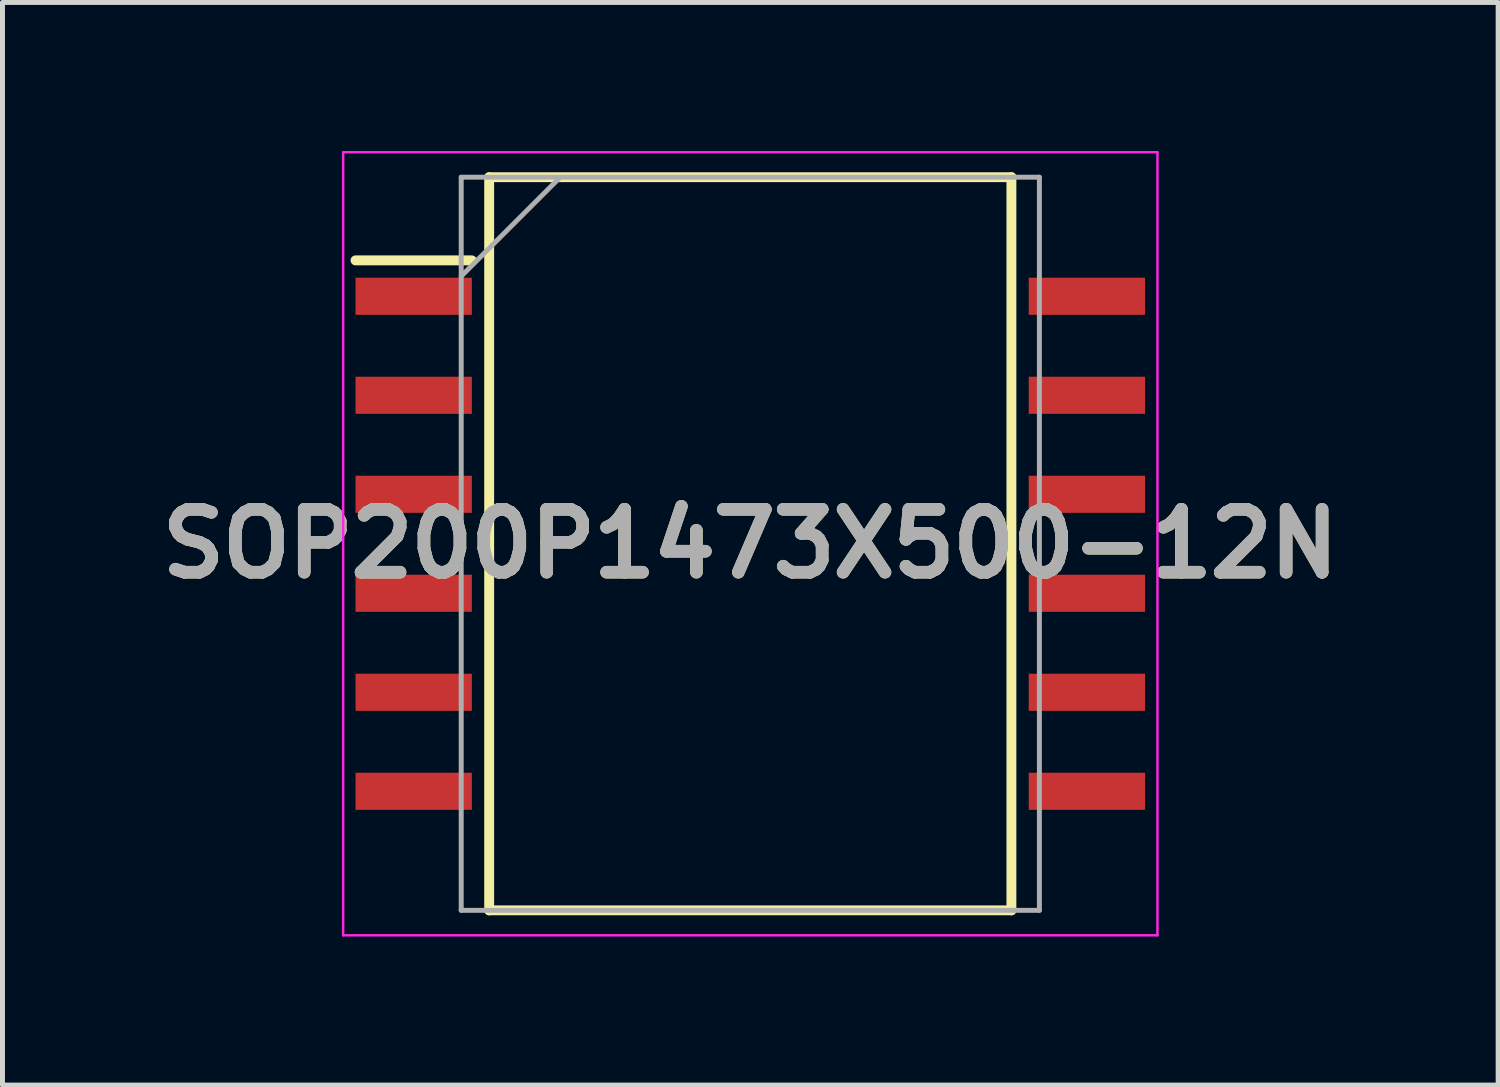
<source format=kicad_pcb>
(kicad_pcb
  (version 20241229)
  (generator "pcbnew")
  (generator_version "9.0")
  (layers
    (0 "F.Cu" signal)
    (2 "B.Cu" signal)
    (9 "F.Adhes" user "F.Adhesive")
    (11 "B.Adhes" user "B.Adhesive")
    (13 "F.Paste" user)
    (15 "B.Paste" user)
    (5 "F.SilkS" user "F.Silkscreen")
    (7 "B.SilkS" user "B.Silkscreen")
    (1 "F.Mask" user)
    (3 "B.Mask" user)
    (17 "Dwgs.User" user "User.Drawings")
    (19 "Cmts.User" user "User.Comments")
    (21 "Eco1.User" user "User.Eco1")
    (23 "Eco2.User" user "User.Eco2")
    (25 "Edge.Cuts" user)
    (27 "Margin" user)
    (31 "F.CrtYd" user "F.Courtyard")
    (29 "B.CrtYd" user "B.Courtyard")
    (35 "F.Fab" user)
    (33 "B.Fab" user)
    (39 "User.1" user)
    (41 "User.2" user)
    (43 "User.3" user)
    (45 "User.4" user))
  (footprint "SOP200P1473X500-12N"
    (layer "F.Cu")
    (at 12.107 7.935)
    (property "Reference" "SOP200P1473X500-12N" (at 0 0 0) (layer "F.SilkS") (effects (font (size 1.27 1.27) (thickness 0.254))))
    (attr smd)
    (fp_line (start -7.975 -5.725) (end -5.625 -5.725) (stroke (width 0.2) (type solid)) (layer "F.SilkS"))
    (fp_line (start -5.275 -7.405) (end 5.275 -7.405) (stroke (width 0.2) (type solid)) (layer "F.SilkS"))
    (fp_line (start -5.275 7.405) (end -5.275 -7.405) (stroke (width 0.2) (type solid)) (layer "F.SilkS"))
    (fp_line (start 5.275 -7.405) (end 5.275 7.405) (stroke (width 0.2) (type solid)) (layer "F.SilkS"))
    (fp_line (start 5.275 7.405) (end -5.275 7.405) (stroke (width 0.2) (type solid)) (layer "F.SilkS"))
    (fp_line (start -8.225 -7.91) (end 8.225 -7.91) (stroke (width 0.05) (type solid)) (layer "F.CrtYd"))
    (fp_line (start -8.225 7.91) (end -8.225 -7.91) (stroke (width 0.05) (type solid)) (layer "F.CrtYd"))
    (fp_line (start 8.225 -7.91) (end 8.225 7.91) (stroke (width 0.05) (type solid)) (layer "F.CrtYd"))
    (fp_line (start 8.225 7.91) (end -8.225 7.91) (stroke (width 0.05) (type solid)) (layer "F.CrtYd"))
    (fp_line (start -5.84 -7.405) (end 5.84 -7.405) (stroke (width 0.1) (type solid)) (layer "F.Fab"))
    (fp_line (start -5.84 -5.405) (end -3.84 -7.405) (stroke (width 0.1) (type solid)) (layer "F.Fab"))
    (fp_line (start -5.84 7.405) (end -5.84 -7.405) (stroke (width 0.1) (type solid)) (layer "F.Fab"))
    (fp_line (start 5.84 -7.405) (end 5.84 7.405) (stroke (width 0.1) (type solid)) (layer "F.Fab"))
    (fp_line (start 5.84 7.405) (end -5.84 7.405) (stroke (width 0.1) (type solid)) (layer "F.Fab"))
    (fp_text user "${REFERENCE}" (at 0 0 0) (layer "F.Fab") (effects (font (size 1.27 1.27) (thickness 0.254))))
    (pad "1" smd rect (at -6.8 -5 90) (size 0.75 2.35) (layers "F.Cu" "F.Mask" "F.Paste"))
    (pad "2" smd rect (at -6.8 -3 90) (size 0.75 2.35) (layers "F.Cu" "F.Mask" "F.Paste"))
    (pad "3" smd rect (at -6.8 -1 90) (size 0.75 2.35) (layers "F.Cu" "F.Mask" "F.Paste"))
    (pad "4" smd rect (at -6.8 1 90) (size 0.75 2.35) (layers "F.Cu" "F.Mask" "F.Paste"))
    (pad "5" smd rect (at -6.8 3 90) (size 0.75 2.35) (layers "F.Cu" "F.Mask" "F.Paste"))
    (pad "6" smd rect (at -6.8 5 90) (size 0.75 2.35) (layers "F.Cu" "F.Mask" "F.Paste"))
    (pad "7" smd rect (at 6.8 5 90) (size 0.75 2.35) (layers "F.Cu" "F.Mask" "F.Paste"))
    (pad "8" smd rect (at 6.8 3 90) (size 0.75 2.35) (layers "F.Cu" "F.Mask" "F.Paste"))
    (pad "9" smd rect (at 6.8 1 90) (size 0.75 2.35) (layers "F.Cu" "F.Mask" "F.Paste"))
    (pad "10" smd rect (at 6.8 -1 90) (size 0.75 2.35) (layers "F.Cu" "F.Mask" "F.Paste"))
    (pad "11" smd rect (at 6.8 -3 90) (size 0.75 2.35) (layers "F.Cu" "F.Mask" "F.Paste"))
    (pad "12" smd rect (at 6.8 -5 90) (size 0.75 2.35) (layers "F.Cu" "F.Mask" "F.Paste")))
  (gr_rect
    (start -3 -3)
    (end 27.215 18.87)
    (stroke (width 0.1) (type default))
    (fill no)
    (layer "Edge.Cuts")))
</source>
